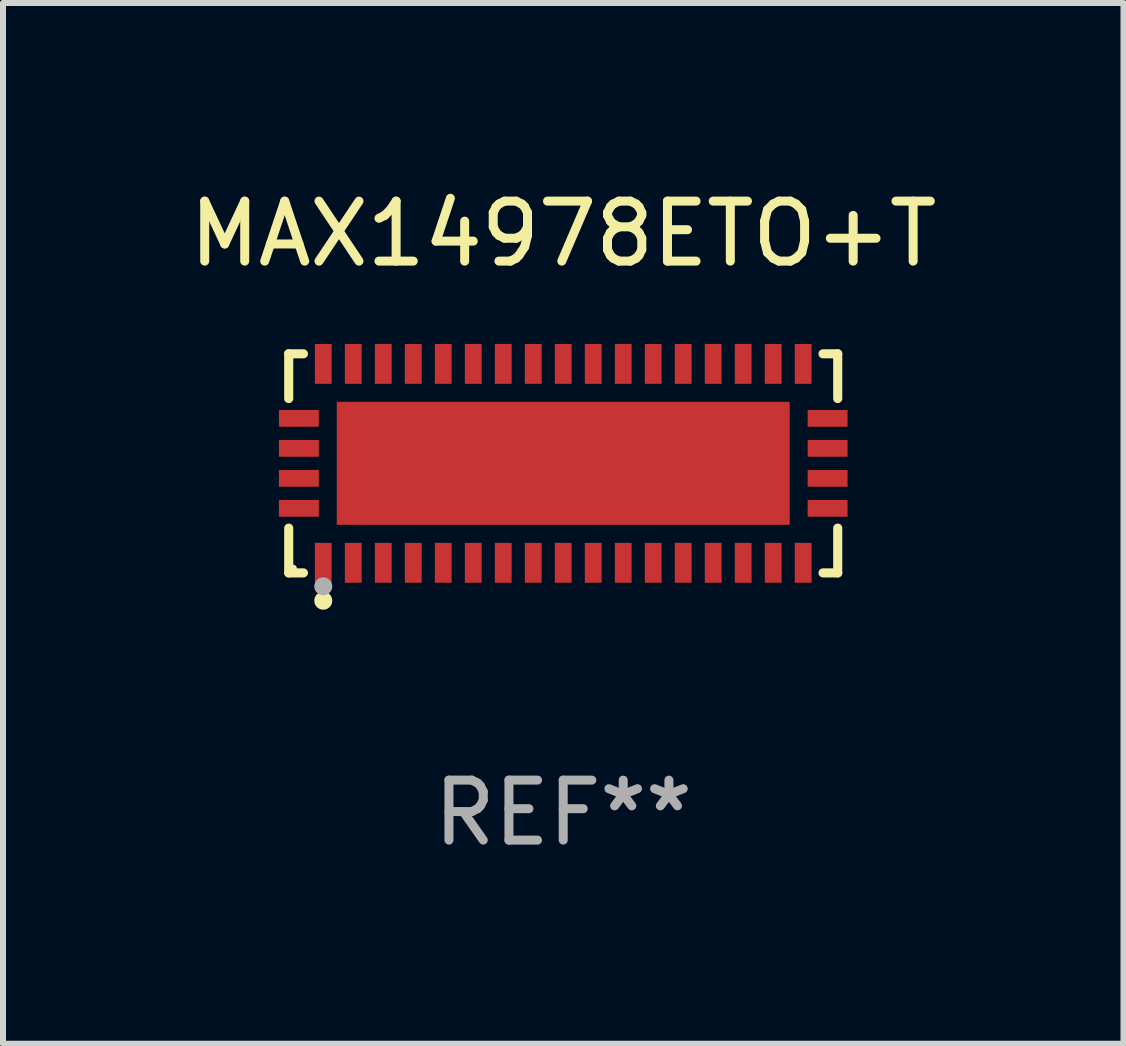
<source format=kicad_pcb>
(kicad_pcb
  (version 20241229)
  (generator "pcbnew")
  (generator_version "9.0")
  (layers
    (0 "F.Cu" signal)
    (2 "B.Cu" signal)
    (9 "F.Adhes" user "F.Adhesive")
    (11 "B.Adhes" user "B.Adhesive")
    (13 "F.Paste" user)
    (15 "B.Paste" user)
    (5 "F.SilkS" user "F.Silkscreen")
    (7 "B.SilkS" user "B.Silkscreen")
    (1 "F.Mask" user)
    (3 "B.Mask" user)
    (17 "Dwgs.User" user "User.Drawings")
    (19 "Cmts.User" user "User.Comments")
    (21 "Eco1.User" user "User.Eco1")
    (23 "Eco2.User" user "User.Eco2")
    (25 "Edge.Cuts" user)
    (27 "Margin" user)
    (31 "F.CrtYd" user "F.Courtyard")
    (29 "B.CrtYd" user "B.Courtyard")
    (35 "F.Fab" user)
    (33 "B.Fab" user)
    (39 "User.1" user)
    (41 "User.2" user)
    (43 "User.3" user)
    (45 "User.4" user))
  (footprint "MAX14978ETO+T"
    (layer "F.Cu")
    (at 6.339 4.674)
    (property "Reference" "MAX14978ETO+T" (at 0 -3.826 0) (layer "F.SilkS") (effects (font (size 1 1) (thickness 0.15))))
    (attr through_hole)
    (fp_line (start -4.576 -1.826) (end -4.331 -1.826) (stroke (width 0.152) (type solid)) (layer "F.SilkS"))
    (fp_line (start -4.576 -1.08) (end -4.576 -1.826) (stroke (width 0.152) (type solid)) (layer "F.SilkS"))
    (fp_line (start -4.576 1.08) (end -4.576 1.826) (stroke (width 0.152) (type solid)) (layer "F.SilkS"))
    (fp_line (start -4.576 1.826) (end -4.331 1.826) (stroke (width 0.152) (type solid)) (layer "F.SilkS"))
    (fp_line (start 4.576 -1.826) (end 4.331 -1.826) (stroke (width 0.152) (type solid)) (layer "F.SilkS"))
    (fp_line (start 4.576 -1.08) (end 4.576 -1.826) (stroke (width 0.152) (type solid)) (layer "F.SilkS"))
    (fp_line (start 4.576 1.08) (end 4.576 1.826) (stroke (width 0.152) (type solid)) (layer "F.SilkS"))
    (fp_line (start 4.576 1.826) (end 4.331 1.826) (stroke (width 0.152) (type solid)) (layer "F.SilkS"))
    (fp_circle (center -4.5 1.75) (end -4.47 1.75) (stroke (width 0.06) (type solid)) (fill no) (layer "F.SilkS"))
    (fp_circle (center -4 2.29) (end -3.925 2.29) (stroke (width 0.15) (type solid)) (fill no) (layer "F.SilkS"))
    (fp_circle (center -4 2.05) (end -3.925 2.05) (stroke (width 0.15) (type solid)) (fill no) (layer "F.Fab"))
    (fp_text user "REF**" (at 0 5.826 0) (layer "F.Fab") (effects (font (size 1 1) (thickness 0.15))))
    (pad "1" smd rect (at -4 1.658) (size 0.28 0.665) (layers "F.Cu" "F.Mask" "F.Paste"))
    (pad "2" smd rect (at -3.5 1.658) (size 0.28 0.665) (layers "F.Cu" "F.Mask" "F.Paste"))
    (pad "3" smd rect (at -3 1.658) (size 0.28 0.665) (layers "F.Cu" "F.Mask" "F.Paste"))
    (pad "4" smd rect (at -2.5 1.658) (size 0.28 0.665) (layers "F.Cu" "F.Mask" "F.Paste"))
    (pad "5" smd rect (at -2 1.658) (size 0.28 0.665) (layers "F.Cu" "F.Mask" "F.Paste"))
    (pad "6" smd rect (at -1.5 1.658) (size 0.28 0.665) (layers "F.Cu" "F.Mask" "F.Paste"))
    (pad "7" smd rect (at -1 1.658) (size 0.28 0.665) (layers "F.Cu" "F.Mask" "F.Paste"))
    (pad "8" smd rect (at -0.5 1.658) (size 0.28 0.665) (layers "F.Cu" "F.Mask" "F.Paste"))
    (pad "9" smd rect (at 0 1.658) (size 0.28 0.665) (layers "F.Cu" "F.Mask" "F.Paste"))
    (pad "10" smd rect (at 0.5 1.658) (size 0.28 0.665) (layers "F.Cu" "F.Mask" "F.Paste"))
    (pad "11" smd rect (at 1 1.658) (size 0.28 0.665) (layers "F.Cu" "F.Mask" "F.Paste"))
    (pad "12" smd rect (at 1.5 1.658) (size 0.28 0.665) (layers "F.Cu" "F.Mask" "F.Paste"))
    (pad "13" smd rect (at 2 1.658) (size 0.28 0.665) (layers "F.Cu" "F.Mask" "F.Paste"))
    (pad "14" smd rect (at 2.5 1.658) (size 0.28 0.665) (layers "F.Cu" "F.Mask" "F.Paste"))
    (pad "15" smd rect (at 3 1.658) (size 0.28 0.665) (layers "F.Cu" "F.Mask" "F.Paste"))
    (pad "16" smd rect (at 3.5 1.658) (size 0.28 0.665) (layers "F.Cu" "F.Mask" "F.Paste"))
    (pad "17" smd rect (at 4 1.658) (size 0.28 0.665) (layers "F.Cu" "F.Mask" "F.Paste"))
    (pad "18" smd rect (at 4.407 0.75) (size 0.665 0.28) (layers "F.Cu" "F.Mask" "F.Paste"))
    (pad "19" smd rect (at 4.407 0.25) (size 0.665 0.28) (layers "F.Cu" "F.Mask" "F.Paste"))
    (pad "20" smd rect (at 4.407 -0.25) (size 0.665 0.28) (layers "F.Cu" "F.Mask" "F.Paste"))
    (pad "21" smd rect (at 4.407 -0.75) (size 0.665 0.28) (layers "F.Cu" "F.Mask" "F.Paste"))
    (pad "22" smd rect (at 4 -1.658) (size 0.28 0.665) (layers "F.Cu" "F.Mask" "F.Paste"))
    (pad "23" smd rect (at 3.5 -1.658) (size 0.28 0.665) (layers "F.Cu" "F.Mask" "F.Paste"))
    (pad "24" smd rect (at 3 -1.658) (size 0.28 0.665) (layers "F.Cu" "F.Mask" "F.Paste"))
    (pad "25" smd rect (at 2.5 -1.658) (size 0.28 0.665) (layers "F.Cu" "F.Mask" "F.Paste"))
    (pad "26" smd rect (at 2 -1.658) (size 0.28 0.665) (layers "F.Cu" "F.Mask" "F.Paste"))
    (pad "27" smd rect (at 1.5 -1.658) (size 0.28 0.665) (layers "F.Cu" "F.Mask" "F.Paste"))
    (pad "28" smd rect (at 1 -1.658) (size 0.28 0.665) (layers "F.Cu" "F.Mask" "F.Paste"))
    (pad "29" smd rect (at 0.5 -1.658) (size 0.28 0.665) (layers "F.Cu" "F.Mask" "F.Paste"))
    (pad "30" smd rect (at 0 -1.658) (size 0.28 0.665) (layers "F.Cu" "F.Mask" "F.Paste"))
    (pad "31" smd rect (at -0.5 -1.658) (size 0.28 0.665) (layers "F.Cu" "F.Mask" "F.Paste"))
    (pad "32" smd rect (at -1 -1.658) (size 0.28 0.665) (layers "F.Cu" "F.Mask" "F.Paste"))
    (pad "33" smd rect (at -1.5 -1.658) (size 0.28 0.665) (layers "F.Cu" "F.Mask" "F.Paste"))
    (pad "34" smd rect (at -2 -1.658) (size 0.28 0.665) (layers "F.Cu" "F.Mask" "F.Paste"))
    (pad "35" smd rect (at -2.5 -1.658) (size 0.28 0.665) (layers "F.Cu" "F.Mask" "F.Paste"))
    (pad "36" smd rect (at -3 -1.658) (size 0.28 0.665) (layers "F.Cu" "F.Mask" "F.Paste"))
    (pad "37" smd rect (at -3.5 -1.658) (size 0.28 0.665) (layers "F.Cu" "F.Mask" "F.Paste"))
    (pad "38" smd rect (at -4 -1.658) (size 0.28 0.665) (layers "F.Cu" "F.Mask" "F.Paste"))
    (pad "39" smd rect (at -4.407 -0.75) (size 0.665 0.28) (layers "F.Cu" "F.Mask" "F.Paste"))
    (pad "40" smd rect (at -4.407 -0.25) (size 0.665 0.28) (layers "F.Cu" "F.Mask" "F.Paste"))
    (pad "41" smd rect (at -4.407 0.25) (size 0.665 0.28) (layers "F.Cu" "F.Mask" "F.Paste"))
    (pad "42" smd rect (at -4.407 0.75) (size 0.665 0.28) (layers "F.Cu" "F.Mask" "F.Paste"))
    (pad "43" smd rect (at 0 0) (size 7.55 2.05) (layers "F.Cu" "F.Mask" "F.Paste")))
  (gr_rect
    (start -3 -3)
    (end 15.679 14.349)
    (stroke (width 0.1) (type default))
    (fill no)
    (layer "Edge.Cuts")))
</source>
